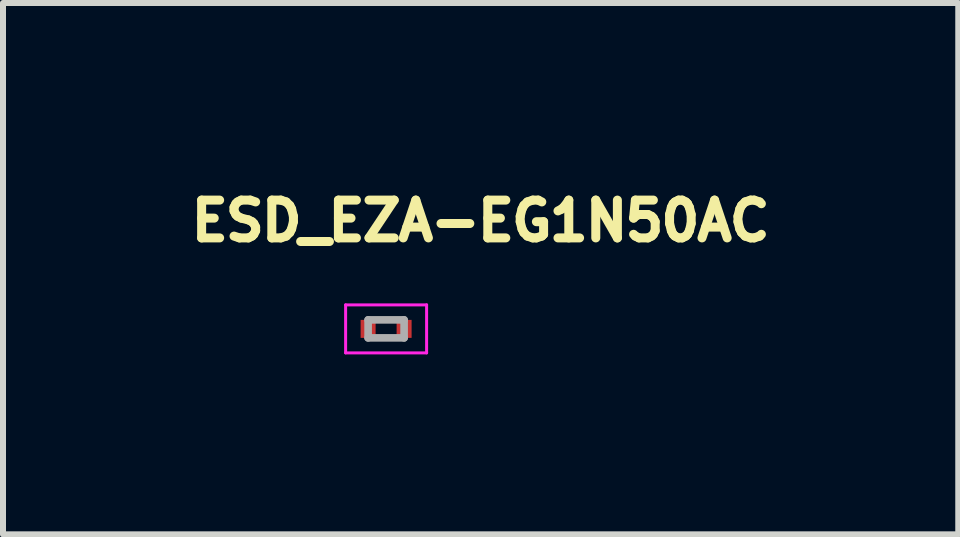
<source format=kicad_pcb>
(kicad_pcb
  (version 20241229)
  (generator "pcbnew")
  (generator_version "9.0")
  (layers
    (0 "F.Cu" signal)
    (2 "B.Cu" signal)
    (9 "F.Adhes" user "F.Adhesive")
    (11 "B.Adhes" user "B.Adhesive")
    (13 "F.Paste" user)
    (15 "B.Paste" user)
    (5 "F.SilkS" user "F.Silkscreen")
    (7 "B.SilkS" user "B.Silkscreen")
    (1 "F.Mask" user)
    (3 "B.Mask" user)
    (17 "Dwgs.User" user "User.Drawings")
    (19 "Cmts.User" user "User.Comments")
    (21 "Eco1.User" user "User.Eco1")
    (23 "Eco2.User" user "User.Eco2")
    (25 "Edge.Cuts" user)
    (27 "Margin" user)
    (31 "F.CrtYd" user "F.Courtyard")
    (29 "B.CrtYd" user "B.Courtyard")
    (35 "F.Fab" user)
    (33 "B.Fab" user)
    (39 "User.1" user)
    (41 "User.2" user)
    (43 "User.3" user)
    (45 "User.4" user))
  (footprint "ESD_EZA-EG1N50AC"
    (layer "F.Cu")
    (at 3.386 2.432)
    (property "Reference" "ESD_EZA-EG1N50AC" (at 1.575 -1.8 0) (layer "F.SilkS") (effects (font (size 0.63 0.63) (thickness 0.15))))
    (attr smd)
    (fp_line (start -0.675 -0.4) (end -0.675 0.4) (stroke (width 0.05) (type solid)) (layer "F.CrtYd"))
    (fp_line (start -0.675 0.4) (end 0.675 0.4) (stroke (width 0.05) (type solid)) (layer "F.CrtYd"))
    (fp_line (start 0.675 -0.4) (end -0.675 -0.4) (stroke (width 0.05) (type solid)) (layer "F.CrtYd"))
    (fp_line (start 0.675 0.4) (end 0.675 -0.4) (stroke (width 0.05) (type solid)) (layer "F.CrtYd"))
    (fp_line (start -0.3 -0.15) (end -0.3 0.15) (stroke (width 0.127) (type solid)) (layer "F.Fab"))
    (fp_line (start -0.3 -0.15) (end 0.3 -0.15) (stroke (width 0.127) (type solid)) (layer "F.Fab"))
    (fp_line (start -0.3 0.15) (end 0.3 0.15) (stroke (width 0.127) (type solid)) (layer "F.Fab"))
    (fp_line (start 0.3 -0.15) (end 0.3 0.15) (stroke (width 0.127) (type solid)) (layer "F.Fab"))
    (pad "1" smd rect (at -0.3 0) (size 0.25 0.3) (layers "F.Cu" "F.Mask" "F.Paste"))
    (pad "2" smd rect (at 0.3 0) (size 0.25 0.3) (layers "F.Cu" "F.Mask" "F.Paste")))
  (gr_rect
    (start -3 -3)
    (end 12.923 5.857)
    (stroke (width 0.1) (type default))
    (fill no)
    (layer "Edge.Cuts")))
</source>
